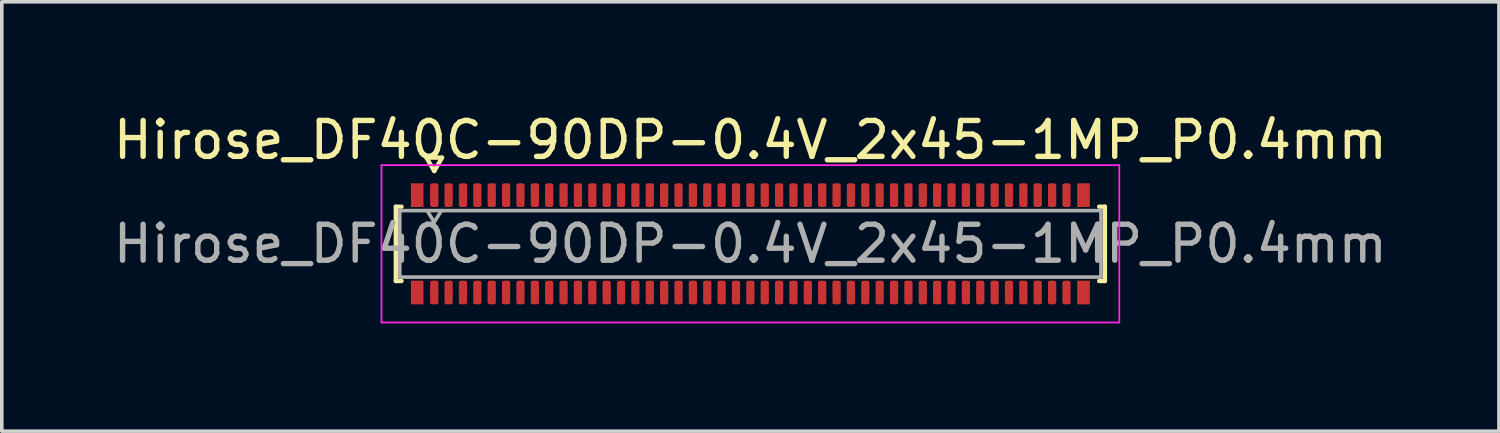
<source format=kicad_pcb>
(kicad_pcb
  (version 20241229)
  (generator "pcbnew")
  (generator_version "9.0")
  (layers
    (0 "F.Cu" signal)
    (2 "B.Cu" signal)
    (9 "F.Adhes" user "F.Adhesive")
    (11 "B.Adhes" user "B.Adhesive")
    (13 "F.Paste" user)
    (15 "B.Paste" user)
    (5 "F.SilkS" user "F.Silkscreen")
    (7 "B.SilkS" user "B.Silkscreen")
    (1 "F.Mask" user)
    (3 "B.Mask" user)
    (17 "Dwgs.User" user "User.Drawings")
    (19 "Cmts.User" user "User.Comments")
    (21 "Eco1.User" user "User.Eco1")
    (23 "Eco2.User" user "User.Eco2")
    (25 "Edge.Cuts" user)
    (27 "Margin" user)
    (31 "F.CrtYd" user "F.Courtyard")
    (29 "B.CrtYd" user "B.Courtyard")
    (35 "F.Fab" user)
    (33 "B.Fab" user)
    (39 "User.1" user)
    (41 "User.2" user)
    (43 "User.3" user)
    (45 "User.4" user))
  (footprint "Hirose_DF40C-90DP-0.4V_2x45-1MP_P0.4mm"
    (layer "F.Cu")
    (at 17.839 3.738)
    (property "Reference" "Hirose_DF40C-90DP-0.4V_2x45-1MP_P0.4mm" (at 0 -2.89 0) (layer "F.SilkS") (effects (font (size 1 1) (thickness 0.15))))
    (attr smd)
    (fp_line (start -9.87 -1.035) (end -9.71 -1.035) (stroke (width 0.12) (type solid)) (layer "F.SilkS"))
    (fp_line (start -9.87 1.035) (end -9.87 -1.035) (stroke (width 0.12) (type solid)) (layer "F.SilkS"))
    (fp_line (start -9.71 1.035) (end -9.87 1.035) (stroke (width 0.12) (type solid)) (layer "F.SilkS"))
    (fp_line (start -9.017 -2.4) (end -8.8 -2.025) (stroke (width 0.12) (type solid)) (layer "F.SilkS"))
    (fp_line (start -8.8 -2.025) (end -8.583 -2.4) (stroke (width 0.12) (type solid)) (layer "F.SilkS"))
    (fp_line (start -8.583 -2.4) (end -9.017 -2.4) (stroke (width 0.12) (type solid)) (layer "F.SilkS"))
    (fp_line (start 9.71 -1.035) (end 9.87 -1.035) (stroke (width 0.12) (type solid)) (layer "F.SilkS"))
    (fp_line (start 9.87 -1.035) (end 9.87 1.035) (stroke (width 0.12) (type solid)) (layer "F.SilkS"))
    (fp_line (start 9.87 1.035) (end 9.71 1.035) (stroke (width 0.12) (type solid)) (layer "F.SilkS"))
    (fp_line (start -10.27 -2.19) (end -10.27 2.19) (stroke (width 0.05) (type solid)) (layer "F.CrtYd"))
    (fp_line (start -10.27 2.19) (end 10.27 2.19) (stroke (width 0.05) (type solid)) (layer "F.CrtYd"))
    (fp_line (start 10.27 -2.19) (end -10.27 -2.19) (stroke (width 0.05) (type solid)) (layer "F.CrtYd"))
    (fp_line (start 10.27 2.19) (end 10.27 -2.19) (stroke (width 0.05) (type solid)) (layer "F.CrtYd"))
    (fp_line (start -9.76 -0.925) (end 9.76 -0.925) (stroke (width 0.1) (type solid)) (layer "F.Fab"))
    (fp_line (start -9.76 0.925) (end -9.76 -0.925) (stroke (width 0.1) (type solid)) (layer "F.Fab"))
    (fp_line (start -9 -0.925) (end -8.8 -0.605) (stroke (width 0.1) (type solid)) (layer "F.Fab"))
    (fp_line (start -8.8 -0.605) (end -8.6 -0.925) (stroke (width 0.1) (type solid)) (layer "F.Fab"))
    (fp_line (start 9.76 -0.925) (end 9.76 0.925) (stroke (width 0.1) (type solid)) (layer "F.Fab"))
    (fp_line (start 9.76 0.925) (end -9.76 0.925) (stroke (width 0.1) (type solid)) (layer "F.Fab"))
    (fp_text user "${REFERENCE}" (at 0 0 0) (layer "F.Fab") (effects (font (size 1 1) (thickness 0.15))))
    (pad "1" smd roundrect (at -8.8 -1.355) (size 0.23 0.66) (layers "F.Cu" "F.Mask" "F.Paste") (roundrect_rratio 0.25))
    (pad "2" smd roundrect (at -8.8 1.355) (size 0.23 0.66) (layers "F.Cu" "F.Mask" "F.Paste") (roundrect_rratio 0.25))
    (pad "3" smd roundrect (at -8.4 -1.355) (size 0.23 0.66) (layers "F.Cu" "F.Mask" "F.Paste") (roundrect_rratio 0.25))
    (pad "4" smd roundrect (at -8.4 1.355) (size 0.23 0.66) (layers "F.Cu" "F.Mask" "F.Paste") (roundrect_rratio 0.25))
    (pad "5" smd roundrect (at -8 -1.355) (size 0.23 0.66) (layers "F.Cu" "F.Mask" "F.Paste") (roundrect_rratio 0.25))
    (pad "6" smd roundrect (at -8 1.355) (size 0.23 0.66) (layers "F.Cu" "F.Mask" "F.Paste") (roundrect_rratio 0.25))
    (pad "7" smd roundrect (at -7.6 -1.355) (size 0.23 0.66) (layers "F.Cu" "F.Mask" "F.Paste") (roundrect_rratio 0.25))
    (pad "8" smd roundrect (at -7.6 1.355) (size 0.23 0.66) (layers "F.Cu" "F.Mask" "F.Paste") (roundrect_rratio 0.25))
    (pad "9" smd roundrect (at -7.2 -1.355) (size 0.23 0.66) (layers "F.Cu" "F.Mask" "F.Paste") (roundrect_rratio 0.25))
    (pad "10" smd roundrect (at -7.2 1.355) (size 0.23 0.66) (layers "F.Cu" "F.Mask" "F.Paste") (roundrect_rratio 0.25))
    (pad "11" smd roundrect (at -6.8 -1.355) (size 0.23 0.66) (layers "F.Cu" "F.Mask" "F.Paste") (roundrect_rratio 0.25))
    (pad "12" smd roundrect (at -6.8 1.355) (size 0.23 0.66) (layers "F.Cu" "F.Mask" "F.Paste") (roundrect_rratio 0.25))
    (pad "13" smd roundrect (at -6.4 -1.355) (size 0.23 0.66) (layers "F.Cu" "F.Mask" "F.Paste") (roundrect_rratio 0.25))
    (pad "14" smd roundrect (at -6.4 1.355) (size 0.23 0.66) (layers "F.Cu" "F.Mask" "F.Paste") (roundrect_rratio 0.25))
    (pad "15" smd roundrect (at -6 -1.355) (size 0.23 0.66) (layers "F.Cu" "F.Mask" "F.Paste") (roundrect_rratio 0.25))
    (pad "16" smd roundrect (at -6 1.355) (size 0.23 0.66) (layers "F.Cu" "F.Mask" "F.Paste") (roundrect_rratio 0.25))
    (pad "17" smd roundrect (at -5.6 -1.355) (size 0.23 0.66) (layers "F.Cu" "F.Mask" "F.Paste") (roundrect_rratio 0.25))
    (pad "18" smd roundrect (at -5.6 1.355) (size 0.23 0.66) (layers "F.Cu" "F.Mask" "F.Paste") (roundrect_rratio 0.25))
    (pad "19" smd roundrect (at -5.2 -1.355) (size 0.23 0.66) (layers "F.Cu" "F.Mask" "F.Paste") (roundrect_rratio 0.25))
    (pad "20" smd roundrect (at -5.2 1.355) (size 0.23 0.66) (layers "F.Cu" "F.Mask" "F.Paste") (roundrect_rratio 0.25))
    (pad "21" smd roundrect (at -4.8 -1.355) (size 0.23 0.66) (layers "F.Cu" "F.Mask" "F.Paste") (roundrect_rratio 0.25))
    (pad "22" smd roundrect (at -4.8 1.355) (size 0.23 0.66) (layers "F.Cu" "F.Mask" "F.Paste") (roundrect_rratio 0.25))
    (pad "23" smd roundrect (at -4.4 -1.355) (size 0.23 0.66) (layers "F.Cu" "F.Mask" "F.Paste") (roundrect_rratio 0.25))
    (pad "24" smd roundrect (at -4.4 1.355) (size 0.23 0.66) (layers "F.Cu" "F.Mask" "F.Paste") (roundrect_rratio 0.25))
    (pad "25" smd roundrect (at -4 -1.355) (size 0.23 0.66) (layers "F.Cu" "F.Mask" "F.Paste") (roundrect_rratio 0.25))
    (pad "26" smd roundrect (at -4 1.355) (size 0.23 0.66) (layers "F.Cu" "F.Mask" "F.Paste") (roundrect_rratio 0.25))
    (pad "27" smd roundrect (at -3.6 -1.355) (size 0.23 0.66) (layers "F.Cu" "F.Mask" "F.Paste") (roundrect_rratio 0.25))
    (pad "28" smd roundrect (at -3.6 1.355) (size 0.23 0.66) (layers "F.Cu" "F.Mask" "F.Paste") (roundrect_rratio 0.25))
    (pad "29" smd roundrect (at -3.2 -1.355) (size 0.23 0.66) (layers "F.Cu" "F.Mask" "F.Paste") (roundrect_rratio 0.25))
    (pad "30" smd roundrect (at -3.2 1.355) (size 0.23 0.66) (layers "F.Cu" "F.Mask" "F.Paste") (roundrect_rratio 0.25))
    (pad "31" smd roundrect (at -2.8 -1.355) (size 0.23 0.66) (layers "F.Cu" "F.Mask" "F.Paste") (roundrect_rratio 0.25))
    (pad "32" smd roundrect (at -2.8 1.355) (size 0.23 0.66) (layers "F.Cu" "F.Mask" "F.Paste") (roundrect_rratio 0.25))
    (pad "33" smd roundrect (at -2.4 -1.355) (size 0.23 0.66) (layers "F.Cu" "F.Mask" "F.Paste") (roundrect_rratio 0.25))
    (pad "34" smd roundrect (at -2.4 1.355) (size 0.23 0.66) (layers "F.Cu" "F.Mask" "F.Paste") (roundrect_rratio 0.25))
    (pad "35" smd roundrect (at -2 -1.355) (size 0.23 0.66) (layers "F.Cu" "F.Mask" "F.Paste") (roundrect_rratio 0.25))
    (pad "36" smd roundrect (at -2 1.355) (size 0.23 0.66) (layers "F.Cu" "F.Mask" "F.Paste") (roundrect_rratio 0.25))
    (pad "37" smd roundrect (at -1.6 -1.355) (size 0.23 0.66) (layers "F.Cu" "F.Mask" "F.Paste") (roundrect_rratio 0.25))
    (pad "38" smd roundrect (at -1.6 1.355) (size 0.23 0.66) (layers "F.Cu" "F.Mask" "F.Paste") (roundrect_rratio 0.25))
    (pad "39" smd roundrect (at -1.2 -1.355) (size 0.23 0.66) (layers "F.Cu" "F.Mask" "F.Paste") (roundrect_rratio 0.25))
    (pad "40" smd roundrect (at -1.2 1.355) (size 0.23 0.66) (layers "F.Cu" "F.Mask" "F.Paste") (roundrect_rratio 0.25))
    (pad "41" smd roundrect (at -0.8 -1.355) (size 0.23 0.66) (layers "F.Cu" "F.Mask" "F.Paste") (roundrect_rratio 0.25))
    (pad "42" smd roundrect (at -0.8 1.355) (size 0.23 0.66) (layers "F.Cu" "F.Mask" "F.Paste") (roundrect_rratio 0.25))
    (pad "43" smd roundrect (at -0.4 -1.355) (size 0.23 0.66) (layers "F.Cu" "F.Mask" "F.Paste") (roundrect_rratio 0.25))
    (pad "44" smd roundrect (at -0.4 1.355) (size 0.23 0.66) (layers "F.Cu" "F.Mask" "F.Paste") (roundrect_rratio 0.25))
    (pad "45" smd roundrect (at 0 -1.355) (size 0.23 0.66) (layers "F.Cu" "F.Mask" "F.Paste") (roundrect_rratio 0.25))
    (pad "46" smd roundrect (at 0 1.355) (size 0.23 0.66) (layers "F.Cu" "F.Mask" "F.Paste") (roundrect_rratio 0.25))
    (pad "47" smd roundrect (at 0.4 -1.355) (size 0.23 0.66) (layers "F.Cu" "F.Mask" "F.Paste") (roundrect_rratio 0.25))
    (pad "48" smd roundrect (at 0.4 1.355) (size 0.23 0.66) (layers "F.Cu" "F.Mask" "F.Paste") (roundrect_rratio 0.25))
    (pad "49" smd roundrect (at 0.8 -1.355) (size 0.23 0.66) (layers "F.Cu" "F.Mask" "F.Paste") (roundrect_rratio 0.25))
    (pad "50" smd roundrect (at 0.8 1.355) (size 0.23 0.66) (layers "F.Cu" "F.Mask" "F.Paste") (roundrect_rratio 0.25))
    (pad "51" smd roundrect (at 1.2 -1.355) (size 0.23 0.66) (layers "F.Cu" "F.Mask" "F.Paste") (roundrect_rratio 0.25))
    (pad "52" smd roundrect (at 1.2 1.355) (size 0.23 0.66) (layers "F.Cu" "F.Mask" "F.Paste") (roundrect_rratio 0.25))
    (pad "53" smd roundrect (at 1.6 -1.355) (size 0.23 0.66) (layers "F.Cu" "F.Mask" "F.Paste") (roundrect_rratio 0.25))
    (pad "54" smd roundrect (at 1.6 1.355) (size 0.23 0.66) (layers "F.Cu" "F.Mask" "F.Paste") (roundrect_rratio 0.25))
    (pad "55" smd roundrect (at 2 -1.355) (size 0.23 0.66) (layers "F.Cu" "F.Mask" "F.Paste") (roundrect_rratio 0.25))
    (pad "56" smd roundrect (at 2 1.355) (size 0.23 0.66) (layers "F.Cu" "F.Mask" "F.Paste") (roundrect_rratio 0.25))
    (pad "57" smd roundrect (at 2.4 -1.355) (size 0.23 0.66) (layers "F.Cu" "F.Mask" "F.Paste") (roundrect_rratio 0.25))
    (pad "58" smd roundrect (at 2.4 1.355) (size 0.23 0.66) (layers "F.Cu" "F.Mask" "F.Paste") (roundrect_rratio 0.25))
    (pad "59" smd roundrect (at 2.8 -1.355) (size 0.23 0.66) (layers "F.Cu" "F.Mask" "F.Paste") (roundrect_rratio 0.25))
    (pad "60" smd roundrect (at 2.8 1.355) (size 0.23 0.66) (layers "F.Cu" "F.Mask" "F.Paste") (roundrect_rratio 0.25))
    (pad "61" smd roundrect (at 3.2 -1.355) (size 0.23 0.66) (layers "F.Cu" "F.Mask" "F.Paste") (roundrect_rratio 0.25))
    (pad "62" smd roundrect (at 3.2 1.355) (size 0.23 0.66) (layers "F.Cu" "F.Mask" "F.Paste") (roundrect_rratio 0.25))
    (pad "63" smd roundrect (at 3.6 -1.355) (size 0.23 0.66) (layers "F.Cu" "F.Mask" "F.Paste") (roundrect_rratio 0.25))
    (pad "64" smd roundrect (at 3.6 1.355) (size 0.23 0.66) (layers "F.Cu" "F.Mask" "F.Paste") (roundrect_rratio 0.25))
    (pad "65" smd roundrect (at 4 -1.355) (size 0.23 0.66) (layers "F.Cu" "F.Mask" "F.Paste") (roundrect_rratio 0.25))
    (pad "66" smd roundrect (at 4 1.355) (size 0.23 0.66) (layers "F.Cu" "F.Mask" "F.Paste") (roundrect_rratio 0.25))
    (pad "67" smd roundrect (at 4.4 -1.355) (size 0.23 0.66) (layers "F.Cu" "F.Mask" "F.Paste") (roundrect_rratio 0.25))
    (pad "68" smd roundrect (at 4.4 1.355) (size 0.23 0.66) (layers "F.Cu" "F.Mask" "F.Paste") (roundrect_rratio 0.25))
    (pad "69" smd roundrect (at 4.8 -1.355) (size 0.23 0.66) (layers "F.Cu" "F.Mask" "F.Paste") (roundrect_rratio 0.25))
    (pad "70" smd roundrect (at 4.8 1.355) (size 0.23 0.66) (layers "F.Cu" "F.Mask" "F.Paste") (roundrect_rratio 0.25))
    (pad "71" smd roundrect (at 5.2 -1.355) (size 0.23 0.66) (layers "F.Cu" "F.Mask" "F.Paste") (roundrect_rratio 0.25))
    (pad "72" smd roundrect (at 5.2 1.355) (size 0.23 0.66) (layers "F.Cu" "F.Mask" "F.Paste") (roundrect_rratio 0.25))
    (pad "73" smd roundrect (at 5.6 -1.355) (size 0.23 0.66) (layers "F.Cu" "F.Mask" "F.Paste") (roundrect_rratio 0.25))
    (pad "74" smd roundrect (at 5.6 1.355) (size 0.23 0.66) (layers "F.Cu" "F.Mask" "F.Paste") (roundrect_rratio 0.25))
    (pad "75" smd roundrect (at 6 -1.355) (size 0.23 0.66) (layers "F.Cu" "F.Mask" "F.Paste") (roundrect_rratio 0.25))
    (pad "76" smd roundrect (at 6 1.355) (size 0.23 0.66) (layers "F.Cu" "F.Mask" "F.Paste") (roundrect_rratio 0.25))
    (pad "77" smd roundrect (at 6.4 -1.355) (size 0.23 0.66) (layers "F.Cu" "F.Mask" "F.Paste") (roundrect_rratio 0.25))
    (pad "78" smd roundrect (at 6.4 1.355) (size 0.23 0.66) (layers "F.Cu" "F.Mask" "F.Paste") (roundrect_rratio 0.25))
    (pad "79" smd roundrect (at 6.8 -1.355) (size 0.23 0.66) (layers "F.Cu" "F.Mask" "F.Paste") (roundrect_rratio 0.25))
    (pad "80" smd roundrect (at 6.8 1.355) (size 0.23 0.66) (layers "F.Cu" "F.Mask" "F.Paste") (roundrect_rratio 0.25))
    (pad "81" smd roundrect (at 7.2 -1.355) (size 0.23 0.66) (layers "F.Cu" "F.Mask" "F.Paste") (roundrect_rratio 0.25))
    (pad "82" smd roundrect (at 7.2 1.355) (size 0.23 0.66) (layers "F.Cu" "F.Mask" "F.Paste") (roundrect_rratio 0.25))
    (pad "83" smd roundrect (at 7.6 -1.355) (size 0.23 0.66) (layers "F.Cu" "F.Mask" "F.Paste") (roundrect_rratio 0.25))
    (pad "84" smd roundrect (at 7.6 1.355) (size 0.23 0.66) (layers "F.Cu" "F.Mask" "F.Paste") (roundrect_rratio 0.25))
    (pad "85" smd roundrect (at 8 -1.355) (size 0.23 0.66) (layers "F.Cu" "F.Mask" "F.Paste") (roundrect_rratio 0.25))
    (pad "86" smd roundrect (at 8 1.355) (size 0.23 0.66) (layers "F.Cu" "F.Mask" "F.Paste") (roundrect_rratio 0.25))
    (pad "87" smd roundrect (at 8.4 -1.355) (size 0.23 0.66) (layers "F.Cu" "F.Mask" "F.Paste") (roundrect_rratio 0.25))
    (pad "88" smd roundrect (at 8.4 1.355) (size 0.23 0.66) (layers "F.Cu" "F.Mask" "F.Paste") (roundrect_rratio 0.25))
    (pad "89" smd roundrect (at 8.8 -1.355) (size 0.23 0.66) (layers "F.Cu" "F.Mask" "F.Paste") (roundrect_rratio 0.25))
    (pad "90" smd roundrect (at 8.8 1.355) (size 0.23 0.66) (layers "F.Cu" "F.Mask" "F.Paste") (roundrect_rratio 0.25))
    (pad "MP" smd rect (at -9.275 -1.355) (size 0.35 0.66) (layers "F.Cu" "F.Mask" "F.Paste"))
    (pad "MP" smd rect (at -9.275 1.355) (size 0.35 0.66) (layers "F.Cu" "F.Mask" "F.Paste"))
    (pad "MP" smd rect (at 9.275 -1.355) (size 0.35 0.66) (layers "F.Cu" "F.Mask" "F.Paste"))
    (pad "MP" smd rect (at 9.275 1.355) (size 0.35 0.66) (layers "F.Cu" "F.Mask" "F.Paste")))
  (gr_rect
    (start -3 -3)
    (end 38.679 8.953)
    (stroke (width 0.1) (type default))
    (fill no)
    (layer "Edge.Cuts")))
</source>
